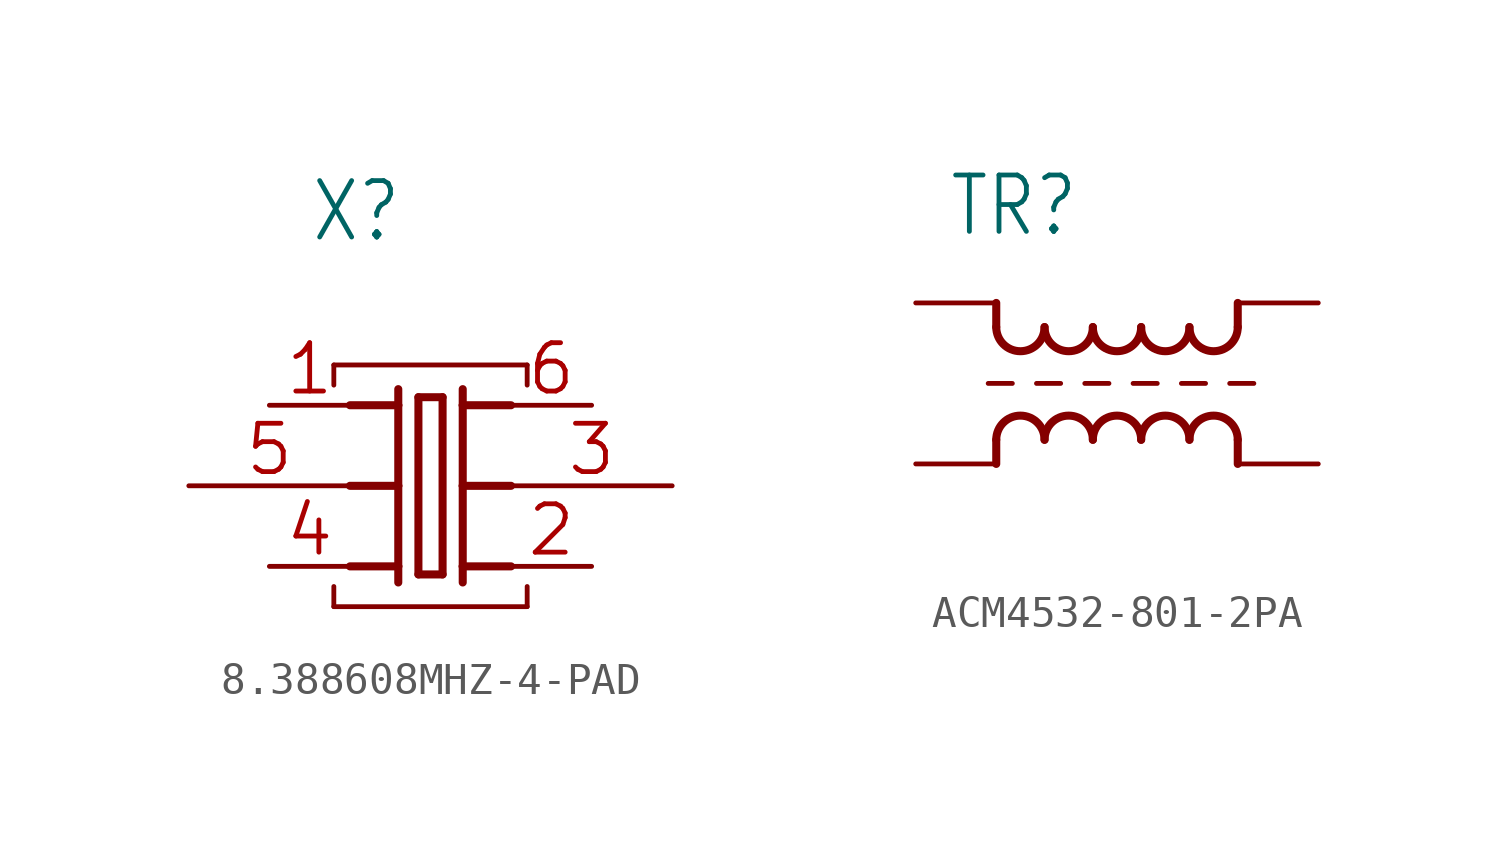
<source format=kicad_sym>
(kicad_symbol_lib
  (version 20241209)
  (generator "kicad_symbol_editor")
  (generator_version "9.0")
  (symbol "8.388608MHZ-4-PAD"
    (property "Reference" "X"
      (at -3.81 7.62 0)
      (effects (font (size 1.778 1.511)) (justify left bottom)))
    (property "Value" ""
      (at -3.81 5.08 0)
      (effects (font (size 1.778 1.511)) (justify left bottom)))
    (property "ki_locked" ""
      (at 0 0 0)
      (effects (font (size 1.27 1.27))))
    (symbol "8.388608MHZ-4-PAD_1_0"
      (polyline (pts (xy -3.048 3.81) (xy 3.048 3.81)) (stroke (width 0.152) (type solid)) (fill (type none)))
      (polyline (pts (xy -3.048 3.175) (xy -3.048 3.81)) (stroke (width 0.152) (type solid)) (fill (type none)))
      (polyline (pts (xy -3.048 -3.81) (xy -3.048 -3.175)) (stroke (width 0.152) (type solid)) (fill (type none)))
      (polyline (pts (xy -3.048 -3.81) (xy 3.048 -3.81)) (stroke (width 0.152) (type solid)) (fill (type none)))
      (polyline (pts (xy -2.54 2.54) (xy -1.016 2.54)) (stroke (width 0.254) (type solid)) (fill (type none)))
      (polyline (pts (xy -2.54 0) (xy -1.016 0)) (stroke (width 0.254) (type solid)) (fill (type none)))
      (polyline (pts (xy -2.54 -2.54) (xy -1.016 -2.54)) (stroke (width 0.254) (type solid)) (fill (type none)))
      (polyline (pts (xy -1.27 0) (xy -1.016 0)) (stroke (width 0.152) (type solid)) (fill (type none)))
      (polyline (pts (xy -1.016 3.048) (xy -1.016 2.54)) (stroke (width 0.254) (type solid)) (fill (type none)))
      (polyline (pts (xy -1.016 2.54) (xy -1.016 0)) (stroke (width 0.254) (type solid)) (fill (type none)))
      (polyline (pts (xy -1.016 0) (xy -1.016 -2.54)) (stroke (width 0.254) (type solid)) (fill (type none)))
      (polyline (pts (xy -1.016 -2.54) (xy -1.016 -3.048)) (stroke (width 0.254) (type solid)) (fill (type none)))
      (polyline (pts (xy -0.381 2.794) (xy -0.381 -2.794)) (stroke (width 0.254) (type solid)) (fill (type none)))
      (polyline (pts (xy -0.381 -2.794) (xy 0.381 -2.794)) (stroke (width 0.254) (type solid)) (fill (type none)))
      (polyline (pts (xy 0.381 2.794) (xy -0.381 2.794)) (stroke (width 0.254) (type solid)) (fill (type none)))
      (polyline (pts (xy 0.381 -2.794) (xy 0.381 2.794)) (stroke (width 0.254) (type solid)) (fill (type none)))
      (polyline (pts (xy 1.016 3.048) (xy 1.016 2.54)) (stroke (width 0.254) (type solid)) (fill (type none)))
      (polyline (pts (xy 1.016 2.54) (xy 1.016 0)) (stroke (width 0.254) (type solid)) (fill (type none)))
      (polyline (pts (xy 1.016 2.54) (xy 2.54 2.54)) (stroke (width 0.254) (type solid)) (fill (type none)))
      (polyline (pts (xy 1.016 0) (xy 1.016 -2.54)) (stroke (width 0.254) (type solid)) (fill (type none)))
      (polyline (pts (xy 1.016 0) (xy 1.27 0)) (stroke (width 0.152) (type solid)) (fill (type none)))
      (polyline (pts (xy 1.016 0) (xy 2.54 0)) (stroke (width 0.254) (type solid)) (fill (type none)))
      (polyline (pts (xy 1.016 -2.54) (xy 1.016 -3.048)) (stroke (width 0.254) (type solid)) (fill (type none)))
      (polyline (pts (xy 1.016 -2.54) (xy 2.54 -2.54)) (stroke (width 0.254) (type solid)) (fill (type none)))
      (polyline (pts (xy 3.048 3.81) (xy 3.048 3.175)) (stroke (width 0.152) (type solid)) (fill (type none)))
      (polyline (pts (xy 3.048 -3.175) (xy 3.048 -3.81)) (stroke (width 0.152) (type solid)) (fill (type none)))
      (pin passive line (at -7.62 0 0) (length 5.08) (name "5" (effects (font (size 0 0)))) (number "5" (effects (font (size 1.524 1.524)))))
      (pin passive line (at -5.08 2.54 0) (length 2.54) (name "1" (effects (font (size 0 0)))) (number "1" (effects (font (size 1.524 1.524)))))
      (pin passive line (at -5.08 -2.54 0) (length 2.54) (name "4" (effects (font (size 0 0)))) (number "4" (effects (font (size 1.524 1.524)))))
      (pin passive line (at 5.08 2.54 180) (length 2.54) (name "6" (effects (font (size 0 0)))) (number "6" (effects (font (size 1.524 1.524)))))
      (pin passive line (at 5.08 -2.54 180) (length 2.54) (name "2" (effects (font (size 0 0)))) (number "2" (effects (font (size 1.524 1.524)))))
      (pin passive line (at 7.62 0 180) (length 5.08) (name "3" (effects (font (size 0 0)))) (number "3" (effects (font (size 1.524 1.524)))))))
  (symbol "ACM4532-801-2PA"
    (property "Reference" "TR"
      (at -6.604 4.572 0)
      (effects (font (size 1.778 1.511)) (justify left bottom)))
    (property "Value" ""
      (at -6.604 -5.08 0)
      (effects (font (size 1.778 1.511)) (justify left bottom)))
    (property "ki_locked" ""
      (at 0 0 0)
      (effects (font (size 1.27 1.27))))
    (symbol "ACM4532-801-2PA_1_0"
      (polyline (pts (xy -5.334 0) (xy -4.572 0)) (stroke (width 0.152) (type solid)) (fill (type none)))
      (polyline (pts (xy -5.08 1.778) (xy -5.08 2.54)) (stroke (width 0.254) (type solid)) (fill (type none)))
      (polyline (pts (xy -5.08 -1.778) (xy -5.08 -2.54)) (stroke (width 0.254) (type solid)) (fill (type none)))
      (arc (start -3.556 1.778) (mid -4.318 1.016) (end -5.08 1.778) (stroke (width 0.254) (type solid)) (fill (type none)))
      (arc (start -5.08 -1.778) (mid -4.318 -1.016) (end -3.556 -1.778) (stroke (width 0.254) (type solid)) (fill (type none)))
      (polyline (pts (xy -3.81 0) (xy -3.048 0)) (stroke (width 0.152) (type solid)) (fill (type none)))
      (arc (start -2.032 1.778) (mid -2.794 1.016) (end -3.556 1.778) (stroke (width 0.254) (type solid)) (fill (type none)))
      (arc (start -3.556 -1.778) (mid -2.794 -1.016) (end -2.032 -1.778) (stroke (width 0.254) (type solid)) (fill (type none)))
      (polyline (pts (xy -2.286 0) (xy -1.524 0)) (stroke (width 0.152) (type solid)) (fill (type none)))
      (arc (start -0.508 1.778) (mid -1.27 1.016) (end -2.032 1.778) (stroke (width 0.254) (type solid)) (fill (type none)))
      (arc (start -2.032 -1.778) (mid -1.27 -1.016) (end -0.508 -1.778) (stroke (width 0.254) (type solid)) (fill (type none)))
      (polyline (pts (xy -0.762 0) (xy 0 0)) (stroke (width 0.152) (type solid)) (fill (type none)))
      (arc (start 1.016 1.778) (mid 0.254 1.016) (end -0.508 1.778) (stroke (width 0.254) (type solid)) (fill (type none)))
      (arc (start -0.508 -1.778) (mid 0.254 -1.016) (end 1.016 -1.778) (stroke (width 0.254) (type solid)) (fill (type none)))
      (polyline (pts (xy 0.762 0) (xy 1.524 0)) (stroke (width 0.152) (type solid)) (fill (type none)))
      (arc (start 2.54 1.778) (mid 1.778 1.016) (end 1.016 1.778) (stroke (width 0.254) (type solid)) (fill (type none)))
      (arc (start 1.016 -1.778) (mid 1.778 -1.016) (end 2.54 -1.778) (stroke (width 0.254) (type solid)) (fill (type none)))
      (polyline (pts (xy 2.286 0) (xy 3.048 0)) (stroke (width 0.152) (type solid)) (fill (type none)))
      (polyline (pts (xy 2.54 1.778) (xy 2.54 2.54)) (stroke (width 0.254) (type solid)) (fill (type none)))
      (polyline (pts (xy 2.54 -1.778) (xy 2.54 -2.54)) (stroke (width 0.254) (type solid)) (fill (type none)))
      (pin passive line (at -7.62 2.54 0) (length 2.54) (name "1" (effects (font (size 0 0)))) (number "1" (effects (font (size 0 0)))))
      (pin passive line (at -7.62 -2.54 0) (length 2.54) (name "2" (effects (font (size 0 0)))) (number "2" (effects (font (size 0 0)))))
      (pin passive line (at 5.08 2.54 180) (length 2.54) (name "4" (effects (font (size 0 0)))) (number "4" (effects (font (size 0 0)))))
      (pin passive line (at 5.08 -2.54 180) (length 2.54) (name "3" (effects (font (size 0 0)))) (number "3" (effects (font (size 0 0))))))))
</source>
